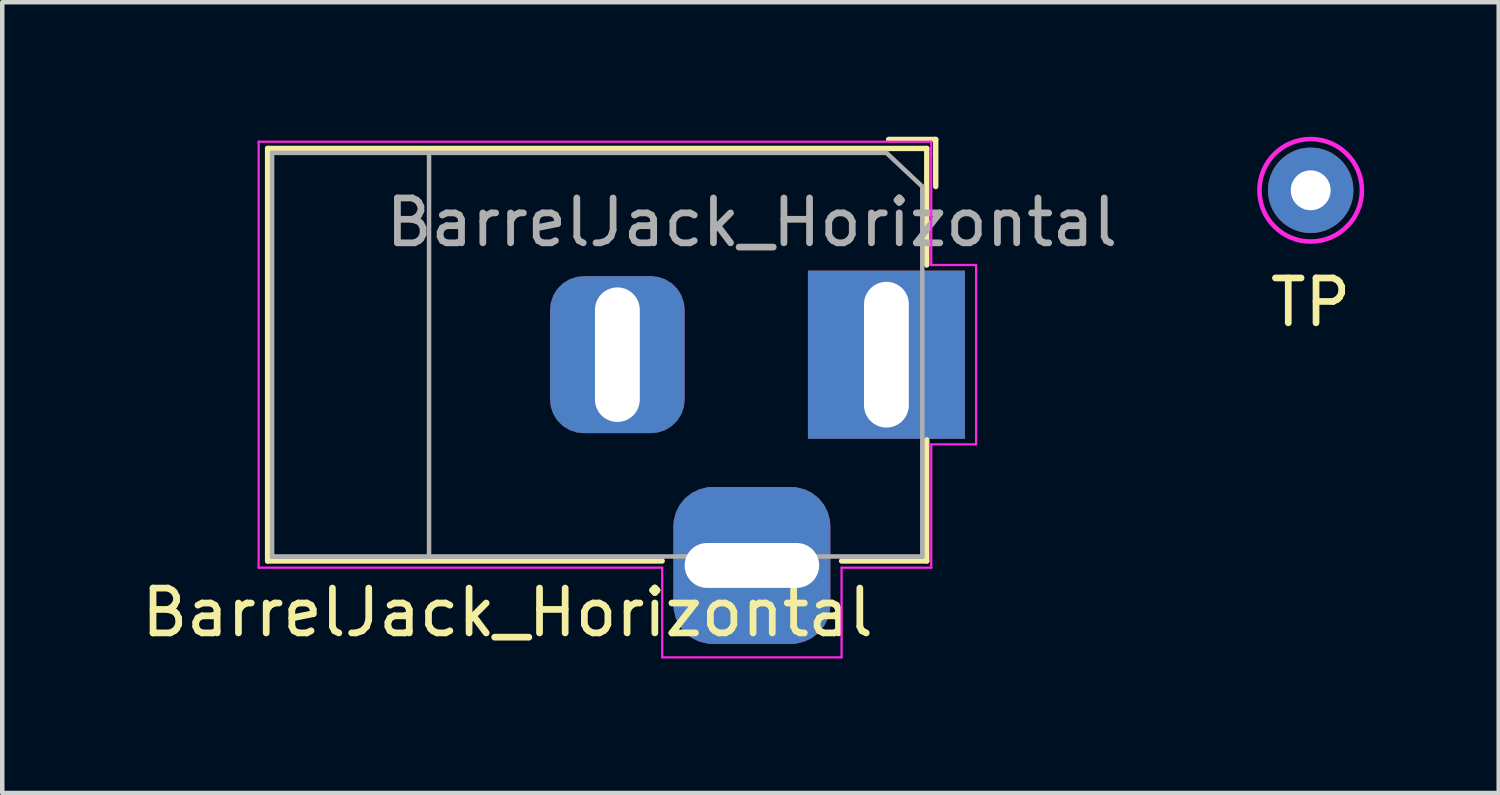
<source format=kicad_pcb>
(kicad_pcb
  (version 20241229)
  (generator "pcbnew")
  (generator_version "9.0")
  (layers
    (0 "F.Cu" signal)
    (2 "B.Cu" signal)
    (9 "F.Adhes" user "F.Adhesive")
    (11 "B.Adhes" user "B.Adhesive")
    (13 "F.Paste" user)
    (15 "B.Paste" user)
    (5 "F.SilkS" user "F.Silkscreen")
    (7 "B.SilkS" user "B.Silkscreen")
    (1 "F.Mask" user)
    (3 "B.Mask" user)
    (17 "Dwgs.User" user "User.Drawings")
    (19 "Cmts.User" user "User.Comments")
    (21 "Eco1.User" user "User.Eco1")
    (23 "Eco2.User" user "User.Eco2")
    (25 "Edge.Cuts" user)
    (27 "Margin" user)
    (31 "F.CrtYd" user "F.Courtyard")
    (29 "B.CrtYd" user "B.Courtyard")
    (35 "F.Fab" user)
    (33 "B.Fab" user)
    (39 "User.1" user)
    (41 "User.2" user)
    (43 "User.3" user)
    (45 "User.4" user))
  (footprint "BarrelJack_Horizontal"
    (layer "F.Cu")
    (at 16.718 4.86)
    (property "Reference" "BarrelJack_Horizontal" (at -8.45 5.75 0) (layer "F.SilkS") (effects (font (size 1 1) (thickness 0.15))))
    (attr through_hole)
    (fp_line (start -13.8 -4.6) (end 0.9 -4.6) (stroke (width 0.12) (type solid)) (layer "F.SilkS"))
    (fp_line (start -13.8 4.6) (end -13.8 -4.6) (stroke (width 0.12) (type solid)) (layer "F.SilkS"))
    (fp_line (start -5 4.6) (end -13.8 4.6) (stroke (width 0.12) (type solid)) (layer "F.SilkS"))
    (fp_line (start 0.05 -4.8) (end 1.1 -4.8) (stroke (width 0.12) (type solid)) (layer "F.SilkS"))
    (fp_line (start 0.9 -4.6) (end 0.9 -2) (stroke (width 0.12) (type solid)) (layer "F.SilkS"))
    (fp_line (start 0.9 1.9) (end 0.9 4.6) (stroke (width 0.12) (type solid)) (layer "F.SilkS"))
    (fp_line (start 0.9 4.6) (end -1 4.6) (stroke (width 0.12) (type solid)) (layer "F.SilkS"))
    (fp_line (start 1.1 -3.75) (end 1.1 -4.8) (stroke (width 0.12) (type solid)) (layer "F.SilkS"))
    (fp_line (start -14 4.75) (end -14 -4.75) (stroke (width 0.05) (type solid)) (layer "F.CrtYd"))
    (fp_line (start -5 4.75) (end -14 4.75) (stroke (width 0.05) (type solid)) (layer "F.CrtYd"))
    (fp_line (start -5 6.75) (end -5 4.75) (stroke (width 0.05) (type solid)) (layer "F.CrtYd"))
    (fp_line (start -1 4.75) (end -1 6.75) (stroke (width 0.05) (type solid)) (layer "F.CrtYd"))
    (fp_line (start -1 6.75) (end -5 6.75) (stroke (width 0.05) (type solid)) (layer "F.CrtYd"))
    (fp_line (start 1 -4.75) (end -14 -4.75) (stroke (width 0.05) (type solid)) (layer "F.CrtYd"))
    (fp_line (start 1 -4.5) (end 1 -4.75) (stroke (width 0.05) (type solid)) (layer "F.CrtYd"))
    (fp_line (start 1 -4.5) (end 1 -2) (stroke (width 0.05) (type solid)) (layer "F.CrtYd"))
    (fp_line (start 1 -2) (end 2 -2) (stroke (width 0.05) (type solid)) (layer "F.CrtYd"))
    (fp_line (start 1 2) (end 1 4.75) (stroke (width 0.05) (type solid)) (layer "F.CrtYd"))
    (fp_line (start 1 4.75) (end -1 4.75) (stroke (width 0.05) (type solid)) (layer "F.CrtYd"))
    (fp_line (start 2 -2) (end 2 2) (stroke (width 0.05) (type solid)) (layer "F.CrtYd"))
    (fp_line (start 2 2) (end 1 2) (stroke (width 0.05) (type solid)) (layer "F.CrtYd"))
    (fp_line (start -13.7 -4.5) (end -13.7 4.5) (stroke (width 0.1) (type solid)) (layer "F.Fab"))
    (fp_line (start -13.7 4.5) (end 0.8 4.5) (stroke (width 0.1) (type solid)) (layer "F.Fab"))
    (fp_line (start -10.2 -4.5) (end -10.2 4.5) (stroke (width 0.1) (type solid)) (layer "F.Fab"))
    (fp_line (start -0.003 -4.505) (end 0.8 -3.75) (stroke (width 0.1) (type solid)) (layer "F.Fab"))
    (fp_line (start 0 -4.5) (end -13.7 -4.5) (stroke (width 0.1) (type solid)) (layer "F.Fab"))
    (fp_line (start 0.8 4.5) (end 0.8 -3.75) (stroke (width 0.1) (type solid)) (layer "F.Fab"))
    (fp_text user "${REFERENCE}" (at -3 -2.95 0) (layer "F.Fab") (effects (font (size 1 1) (thickness 0.15))))
    (pad "1" thru_hole rect (at 0 0) (size 3.5 3.75) (drill oval 1 3.25) (layers "*.Cu" "*.Mask"))
    (pad "2" thru_hole roundrect (at -6 0) (size 3 3.5) (drill oval 1 3) (layers "*.Cu" "*.Mask") (roundrect_rratio 0.25))
    (pad "3" thru_hole roundrect (at -3 4.7) (size 3.5 3.5) (drill oval 3 1) (layers "*.Cu" "*.Mask") (roundrect_rratio 0.25)))
  (footprint "TP"
    (layer "F.Cu")
    (at 26.18 1.194)
    (property "Reference" "TP" (at 0 2.5 0) (layer "F.SilkS") (effects (font (size 1 1) (thickness 0.15))))
    (attr through_hole)
    (fp_circle (center 0 0) (end 1.143 0) (stroke (width 0.102) (type solid)) (fill no) (layer "F.CrtYd"))
    (pad "1" thru_hole circle (at 0 0) (size 1.905 1.905) (drill 0.889) (layers "*.Cu" "*.Mask")))
  (gr_rect
    (start -3 -3)
    (end 30.373 14.635)
    (stroke (width 0.1) (type default))
    (fill no)
    (layer "Edge.Cuts")))
</source>
